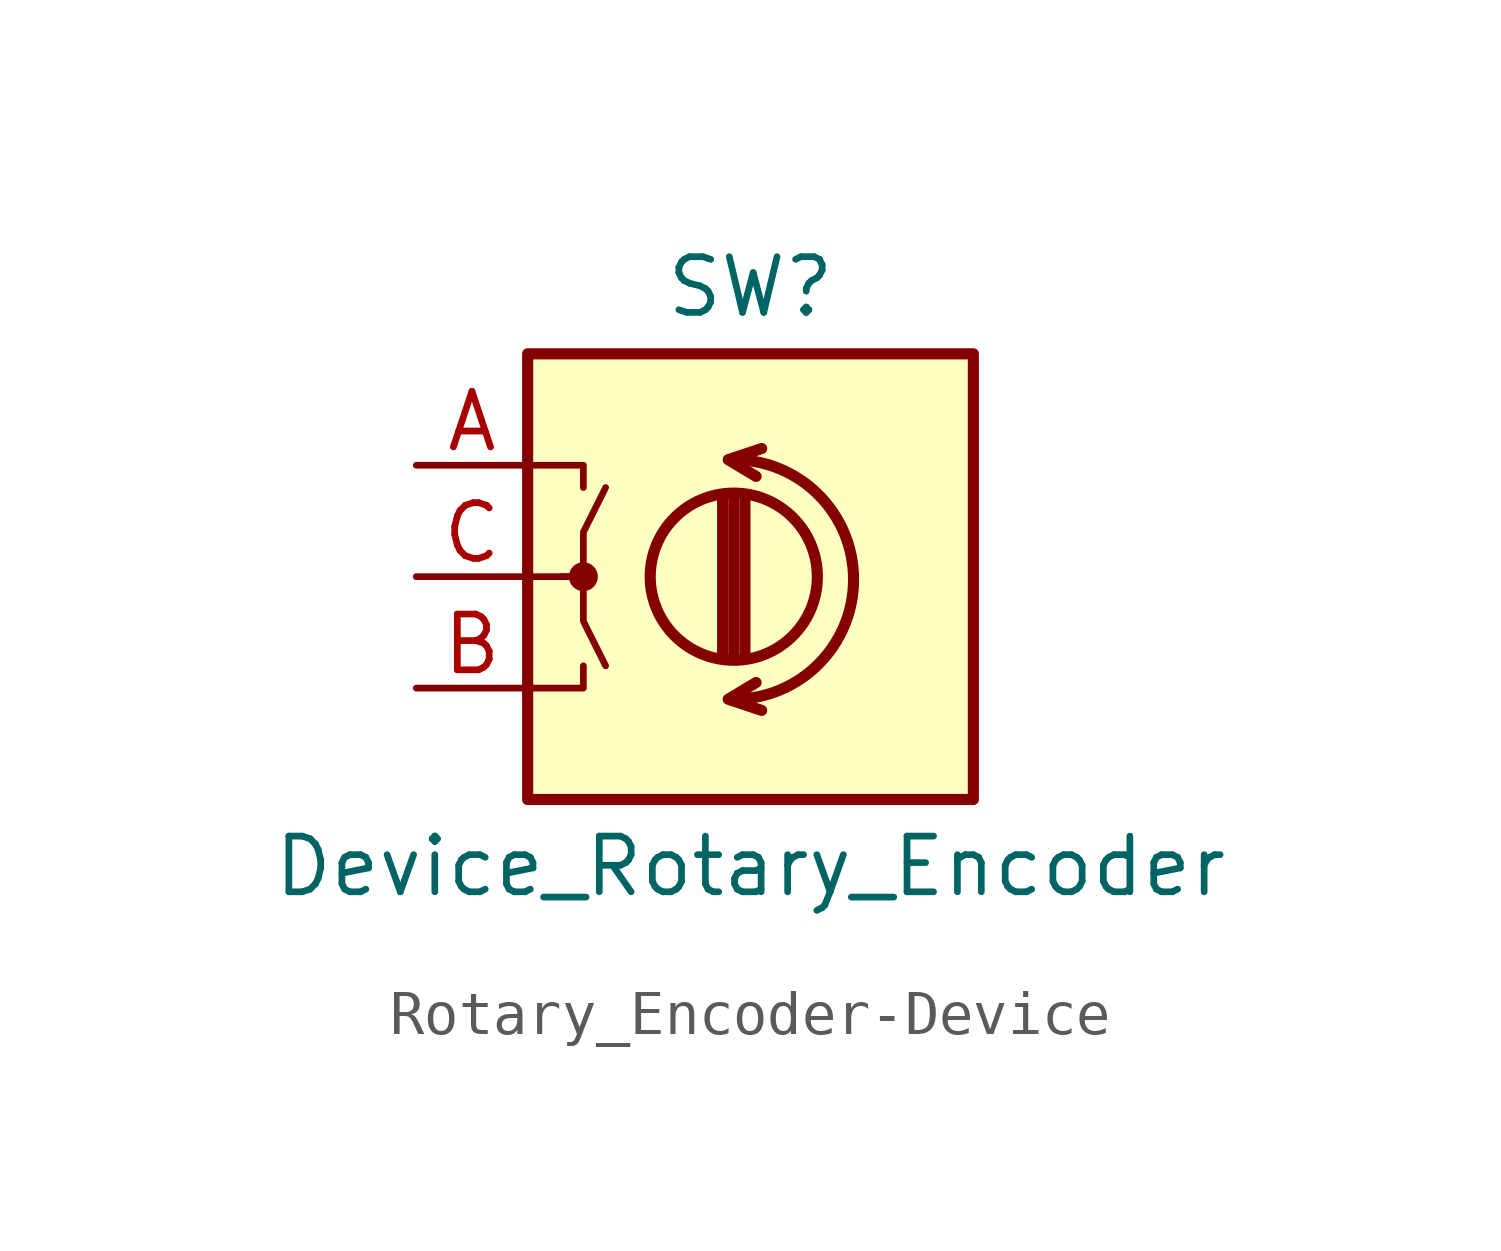
<source format=kicad_sym>
(kicad_symbol_lib
  (version 20231120)
  (generator "kicad_symbol_editor")
  (generator_version "8.0")
  (symbol "Rotary_Encoder-Device"
    (pin_names
      (offset 0.254) hide)
    (property "Reference" "SW"
      (at 0 6.604 0)
      (effects (font (size 1.27 1.27))))
    (property "Value" "Device_Rotary_Encoder"
      (at 0 -6.604 0)
      (effects (font (size 1.27 1.27))))
    (symbol "Rotary_Encoder-Device_0_1"
      (rectangle (start -5.08 5.08) (end 5.08 -5.08) (stroke (width 0.254) (type solid)) (fill (type background)))
      (circle (center -3.81 0) (radius 0.254) (stroke (width 0) (type solid)) (fill (type outline)))
      (arc (start -0.381 -2.794) (mid 2.3376 -0.0635) (end -0.381 2.667) (stroke (width 0.254) (type solid)) (fill (type none)))
      (circle (center -0.381 0) (radius 1.905) (stroke (width 0.254) (type solid)) (fill (type none)))
      (polyline (pts (xy -0.635 -1.778) (xy -0.635 1.778)) (stroke (width 0.254) (type solid)) (fill (type none)))
      (polyline (pts (xy -0.381 -1.778) (xy -0.381 1.778)) (stroke (width 0.254) (type solid)) (fill (type none)))
      (polyline (pts (xy -0.127 1.778) (xy -0.127 -1.778)) (stroke (width 0.254) (type solid)) (fill (type none)))
      (polyline (pts (xy -5.08 -2.54) (xy -3.81 -2.54) (xy -3.81 -2.032)) (stroke (width 0) (type solid)) (fill (type none)))
      (polyline (pts (xy -5.08 2.54) (xy -3.81 2.54) (xy -3.81 2.032)) (stroke (width 0) (type solid)) (fill (type none)))
      (polyline (pts (xy 0.254 -3.048) (xy -0.508 -2.794) (xy 0.127 -2.413)) (stroke (width 0.254) (type solid)) (fill (type none)))
      (polyline (pts (xy 0.254 2.921) (xy -0.508 2.667) (xy 0.127 2.286)) (stroke (width 0.254) (type solid)) (fill (type none)))
      (polyline (pts (xy -5.08 0) (xy -3.81 0) (xy -3.81 -1.016) (xy -3.302 -2.032)) (stroke (width 0) (type solid)) (fill (type none)))
      (polyline (pts (xy -4.318 0) (xy -3.81 0) (xy -3.81 1.016) (xy -3.302 2.032)) (stroke (width 0) (type solid)) (fill (type none))))
    (symbol "Rotary_Encoder-Device_1_1"
      (pin passive line (at -7.62 2.54 0) (length 2.54) (name "A" (effects (font (size 1.27 1.27)))) (number "A" (effects (font (size 1.27 1.27)))))
      (pin passive line (at -7.62 -2.54 0) (length 2.54) (name "B" (effects (font (size 1.27 1.27)))) (number "B" (effects (font (size 1.27 1.27)))))
      (pin passive line (at -7.62 0 0) (length 2.54) (name "C" (effects (font (size 1.27 1.27)))) (number "C" (effects (font (size 1.27 1.27))))))))
</source>
